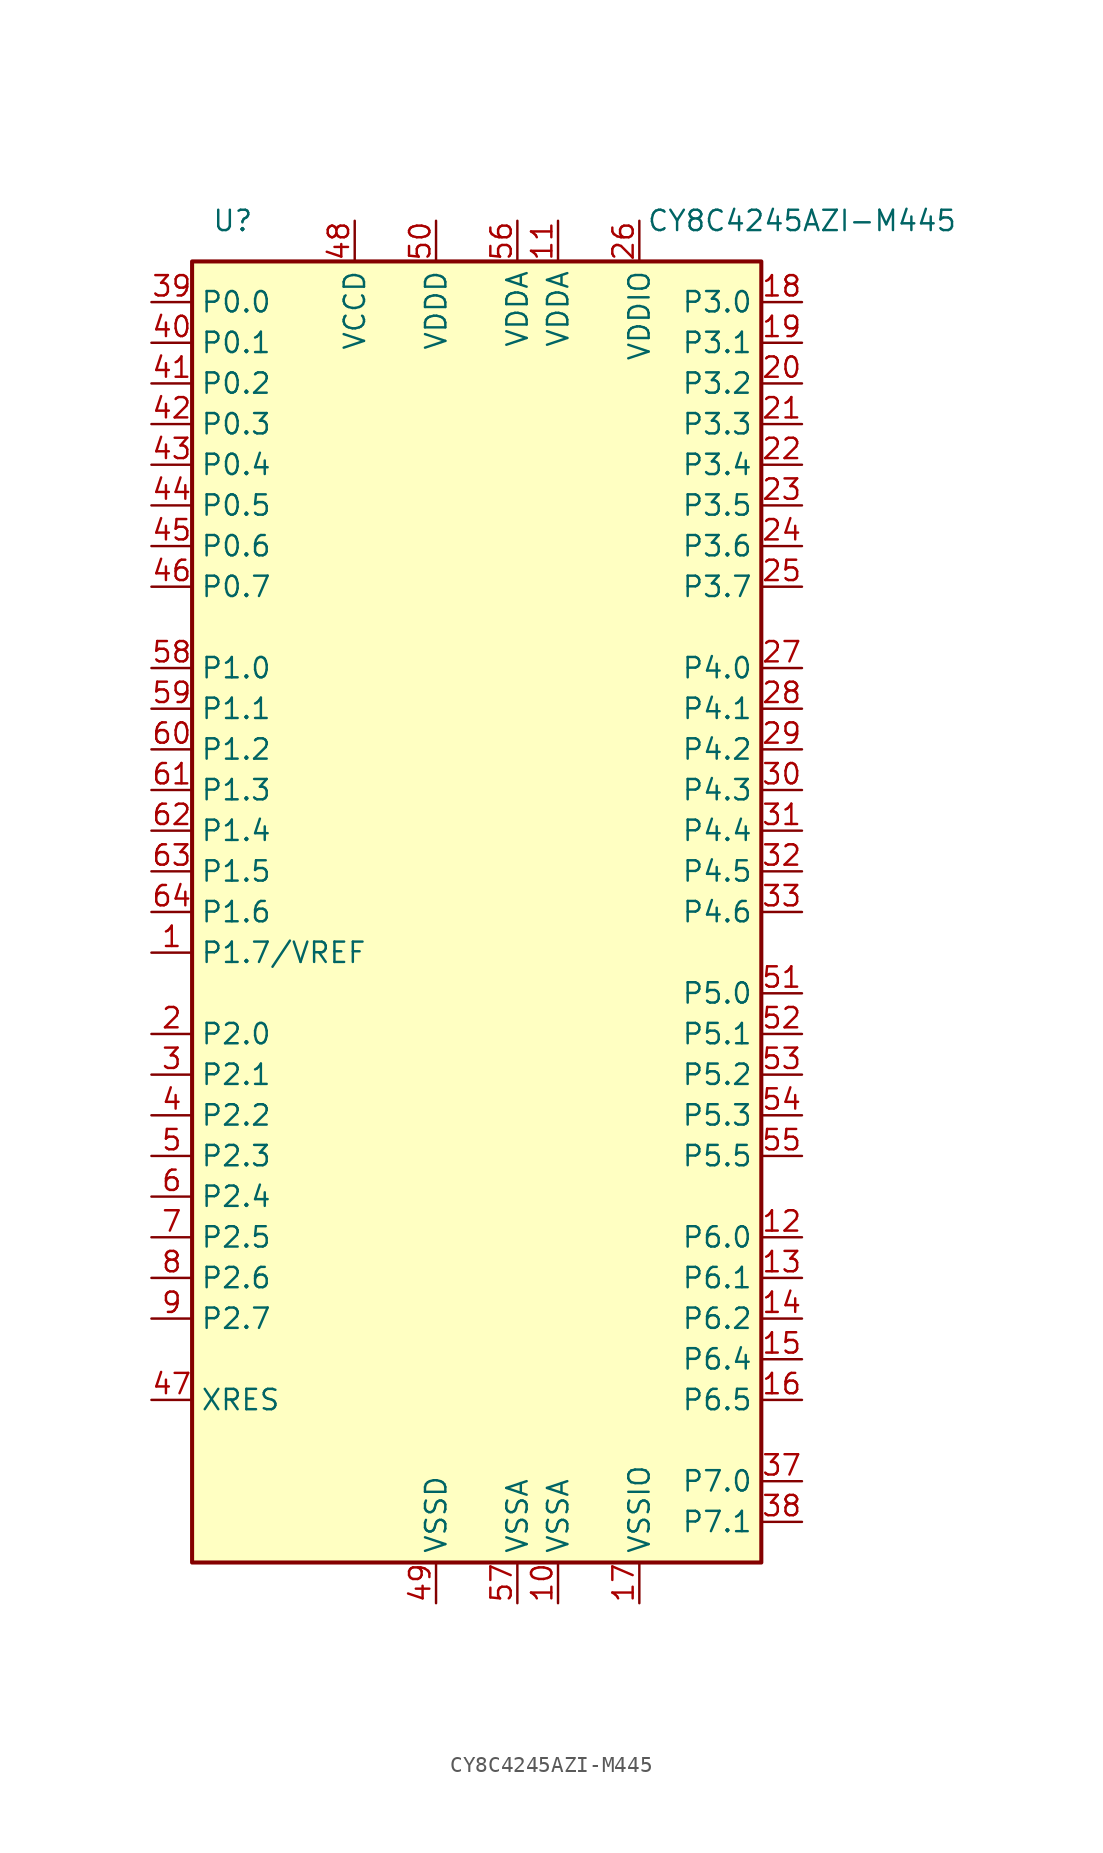
<source format=kicad_sym>
(kicad_symbol_lib
  (version 20231120)
  (generator "kicad_symbol_editor")
  (generator_version "8.0")
  (symbol "CY8C4245AZI-M445"
    (property "Reference" "U"
      (at -15.24 43.18 0)
      (effects (font (size 1.27 1.27))))
    (property "Value" "CY8C4245AZI-M445"
      (at 20.32 43.18 0)
      (effects (font (size 1.27 1.27))))
    (symbol "CY8C4245AZI-M445_0_1"
      (rectangle (start -17.78 40.64) (end 17.78 -40.64) (stroke (width 0.254) (type default)) (fill (type background))))
    (symbol "CY8C4245AZI-M445_1_1"
      (pin bidirectional line (at -20.32 -2.54 0) (length 2.54) (name "P1.7/VREF" (effects (font (size 1.27 1.27)))) (number "1" (effects (font (size 1.27 1.27)))))
      (pin power_in line (at 5.08 -43.18 90) (length 2.54) (name "VSSA" (effects (font (size 1.27 1.27)))) (number "10" (effects (font (size 1.27 1.27)))))
      (pin power_in line (at 5.08 43.18 270) (length 2.54) (name "VDDA" (effects (font (size 1.27 1.27)))) (number "11" (effects (font (size 1.27 1.27)))))
      (pin bidirectional line (at 20.32 -20.32 180) (length 2.54) (name "P6.0" (effects (font (size 1.27 1.27)))) (number "12" (effects (font (size 1.27 1.27)))))
      (pin bidirectional line (at 20.32 -22.86 180) (length 2.54) (name "P6.1" (effects (font (size 1.27 1.27)))) (number "13" (effects (font (size 1.27 1.27)))))
      (pin bidirectional line (at 20.32 -25.4 180) (length 2.54) (name "P6.2" (effects (font (size 1.27 1.27)))) (number "14" (effects (font (size 1.27 1.27)))))
      (pin bidirectional line (at 20.32 -27.94 180) (length 2.54) (name "P6.4" (effects (font (size 1.27 1.27)))) (number "15" (effects (font (size 1.27 1.27)))))
      (pin bidirectional line (at 20.32 -30.48 180) (length 2.54) (name "P6.5" (effects (font (size 1.27 1.27)))) (number "16" (effects (font (size 1.27 1.27)))))
      (pin power_in line (at 10.16 -43.18 90) (length 2.54) (name "VSSIO" (effects (font (size 1.27 1.27)))) (number "17" (effects (font (size 1.27 1.27)))))
      (pin bidirectional line (at 20.32 38.1 180) (length 2.54) (name "P3.0" (effects (font (size 1.27 1.27)))) (number "18" (effects (font (size 1.27 1.27)))))
      (pin bidirectional line (at 20.32 35.56 180) (length 2.54) (name "P3.1" (effects (font (size 1.27 1.27)))) (number "19" (effects (font (size 1.27 1.27)))))
      (pin bidirectional line (at -20.32 -7.62 0) (length 2.54) (name "P2.0" (effects (font (size 1.27 1.27)))) (number "2" (effects (font (size 1.27 1.27)))))
      (pin bidirectional line (at 20.32 33.02 180) (length 2.54) (name "P3.2" (effects (font (size 1.27 1.27)))) (number "20" (effects (font (size 1.27 1.27)))))
      (pin bidirectional line (at 20.32 30.48 180) (length 2.54) (name "P3.3" (effects (font (size 1.27 1.27)))) (number "21" (effects (font (size 1.27 1.27)))))
      (pin bidirectional line (at 20.32 27.94 180) (length 2.54) (name "P3.4" (effects (font (size 1.27 1.27)))) (number "22" (effects (font (size 1.27 1.27)))))
      (pin bidirectional line (at 20.32 25.4 180) (length 2.54) (name "P3.5" (effects (font (size 1.27 1.27)))) (number "23" (effects (font (size 1.27 1.27)))))
      (pin bidirectional line (at 20.32 22.86 180) (length 2.54) (name "P3.6" (effects (font (size 1.27 1.27)))) (number "24" (effects (font (size 1.27 1.27)))))
      (pin bidirectional line (at 20.32 20.32 180) (length 2.54) (name "P3.7" (effects (font (size 1.27 1.27)))) (number "25" (effects (font (size 1.27 1.27)))))
      (pin power_in line (at 10.16 43.18 270) (length 2.54) (name "VDDIO" (effects (font (size 1.27 1.27)))) (number "26" (effects (font (size 1.27 1.27)))))
      (pin bidirectional line (at 20.32 15.24 180) (length 2.54) (name "P4.0" (effects (font (size 1.27 1.27)))) (number "27" (effects (font (size 1.27 1.27)))))
      (pin bidirectional line (at 20.32 12.7 180) (length 2.54) (name "P4.1" (effects (font (size 1.27 1.27)))) (number "28" (effects (font (size 1.27 1.27)))))
      (pin bidirectional line (at 20.32 10.16 180) (length 2.54) (name "P4.2" (effects (font (size 1.27 1.27)))) (number "29" (effects (font (size 1.27 1.27)))))
      (pin bidirectional line (at -20.32 -10.16 0) (length 2.54) (name "P2.1" (effects (font (size 1.27 1.27)))) (number "3" (effects (font (size 1.27 1.27)))))
      (pin bidirectional line (at 20.32 7.62 180) (length 2.54) (name "P4.3" (effects (font (size 1.27 1.27)))) (number "30" (effects (font (size 1.27 1.27)))))
      (pin bidirectional line (at 20.32 5.08 180) (length 2.54) (name "P4.4" (effects (font (size 1.27 1.27)))) (number "31" (effects (font (size 1.27 1.27)))))
      (pin bidirectional line (at 20.32 2.54 180) (length 2.54) (name "P4.5" (effects (font (size 1.27 1.27)))) (number "32" (effects (font (size 1.27 1.27)))))
      (pin bidirectional line (at 20.32 0 180) (length 2.54) (name "P4.6" (effects (font (size 1.27 1.27)))) (number "33" (effects (font (size 1.27 1.27)))))
      (pin bidirectional line (at 20.32 -35.56 180) (length 2.54) (name "P7.0" (effects (font (size 1.27 1.27)))) (number "37" (effects (font (size 1.27 1.27)))))
      (pin bidirectional line (at 20.32 -38.1 180) (length 2.54) (name "P7.1" (effects (font (size 1.27 1.27)))) (number "38" (effects (font (size 1.27 1.27)))))
      (pin bidirectional line (at -20.32 38.1 0) (length 2.54) (name "P0.0" (effects (font (size 1.27 1.27)))) (number "39" (effects (font (size 1.27 1.27)))))
      (pin bidirectional line (at -20.32 -12.7 0) (length 2.54) (name "P2.2" (effects (font (size 1.27 1.27)))) (number "4" (effects (font (size 1.27 1.27)))))
      (pin bidirectional line (at -20.32 35.56 0) (length 2.54) (name "P0.1" (effects (font (size 1.27 1.27)))) (number "40" (effects (font (size 1.27 1.27)))))
      (pin bidirectional line (at -20.32 33.02 0) (length 2.54) (name "P0.2" (effects (font (size 1.27 1.27)))) (number "41" (effects (font (size 1.27 1.27)))))
      (pin bidirectional line (at -20.32 30.48 0) (length 2.54) (name "P0.3" (effects (font (size 1.27 1.27)))) (number "42" (effects (font (size 1.27 1.27)))))
      (pin bidirectional line (at -20.32 27.94 0) (length 2.54) (name "P0.4" (effects (font (size 1.27 1.27)))) (number "43" (effects (font (size 1.27 1.27)))))
      (pin bidirectional line (at -20.32 25.4 0) (length 2.54) (name "P0.5" (effects (font (size 1.27 1.27)))) (number "44" (effects (font (size 1.27 1.27)))))
      (pin bidirectional line (at -20.32 22.86 0) (length 2.54) (name "P0.6" (effects (font (size 1.27 1.27)))) (number "45" (effects (font (size 1.27 1.27)))))
      (pin bidirectional line (at -20.32 20.32 0) (length 2.54) (name "P0.7" (effects (font (size 1.27 1.27)))) (number "46" (effects (font (size 1.27 1.27)))))
      (pin input line (at -20.32 -30.48 0) (length 2.54) (name "XRES" (effects (font (size 1.27 1.27)))) (number "47" (effects (font (size 1.27 1.27)))))
      (pin power_out line (at -7.62 43.18 270) (length 2.54) (name "VCCD" (effects (font (size 1.27 1.27)))) (number "48" (effects (font (size 1.27 1.27)))))
      (pin power_in line (at -2.54 -43.18 90) (length 2.54) (name "VSSD" (effects (font (size 1.27 1.27)))) (number "49" (effects (font (size 1.27 1.27)))))
      (pin bidirectional line (at -20.32 -15.24 0) (length 2.54) (name "P2.3" (effects (font (size 1.27 1.27)))) (number "5" (effects (font (size 1.27 1.27)))))
      (pin power_in line (at -2.54 43.18 270) (length 2.54) (name "VDDD" (effects (font (size 1.27 1.27)))) (number "50" (effects (font (size 1.27 1.27)))))
      (pin bidirectional line (at 20.32 -5.08 180) (length 2.54) (name "P5.0" (effects (font (size 1.27 1.27)))) (number "51" (effects (font (size 1.27 1.27)))))
      (pin bidirectional line (at 20.32 -7.62 180) (length 2.54) (name "P5.1" (effects (font (size 1.27 1.27)))) (number "52" (effects (font (size 1.27 1.27)))))
      (pin bidirectional line (at 20.32 -10.16 180) (length 2.54) (name "P5.2" (effects (font (size 1.27 1.27)))) (number "53" (effects (font (size 1.27 1.27)))))
      (pin bidirectional line (at 20.32 -12.7 180) (length 2.54) (name "P5.3" (effects (font (size 1.27 1.27)))) (number "54" (effects (font (size 1.27 1.27)))))
      (pin bidirectional line (at 20.32 -15.24 180) (length 2.54) (name "P5.5" (effects (font (size 1.27 1.27)))) (number "55" (effects (font (size 1.27 1.27)))))
      (pin power_in line (at 2.54 43.18 270) (length 2.54) (name "VDDA" (effects (font (size 1.27 1.27)))) (number "56" (effects (font (size 1.27 1.27)))))
      (pin power_in line (at 2.54 -43.18 90) (length 2.54) (name "VSSA" (effects (font (size 1.27 1.27)))) (number "57" (effects (font (size 1.27 1.27)))))
      (pin bidirectional line (at -20.32 15.24 0) (length 2.54) (name "P1.0" (effects (font (size 1.27 1.27)))) (number "58" (effects (font (size 1.27 1.27)))))
      (pin bidirectional line (at -20.32 12.7 0) (length 2.54) (name "P1.1" (effects (font (size 1.27 1.27)))) (number "59" (effects (font (size 1.27 1.27)))))
      (pin bidirectional line (at -20.32 -17.78 0) (length 2.54) (name "P2.4" (effects (font (size 1.27 1.27)))) (number "6" (effects (font (size 1.27 1.27)))))
      (pin bidirectional line (at -20.32 10.16 0) (length 2.54) (name "P1.2" (effects (font (size 1.27 1.27)))) (number "60" (effects (font (size 1.27 1.27)))))
      (pin bidirectional line (at -20.32 7.62 0) (length 2.54) (name "P1.3" (effects (font (size 1.27 1.27)))) (number "61" (effects (font (size 1.27 1.27)))))
      (pin bidirectional line (at -20.32 5.08 0) (length 2.54) (name "P1.4" (effects (font (size 1.27 1.27)))) (number "62" (effects (font (size 1.27 1.27)))))
      (pin bidirectional line (at -20.32 2.54 0) (length 2.54) (name "P1.5" (effects (font (size 1.27 1.27)))) (number "63" (effects (font (size 1.27 1.27)))))
      (pin bidirectional line (at -20.32 0 0) (length 2.54) (name "P1.6" (effects (font (size 1.27 1.27)))) (number "64" (effects (font (size 1.27 1.27)))))
      (pin bidirectional line (at -20.32 -20.32 0) (length 2.54) (name "P2.5" (effects (font (size 1.27 1.27)))) (number "7" (effects (font (size 1.27 1.27)))))
      (pin bidirectional line (at -20.32 -22.86 0) (length 2.54) (name "P2.6" (effects (font (size 1.27 1.27)))) (number "8" (effects (font (size 1.27 1.27)))))
      (pin bidirectional line (at -20.32 -25.4 0) (length 2.54) (name "P2.7" (effects (font (size 1.27 1.27)))) (number "9" (effects (font (size 1.27 1.27))))))))
</source>
